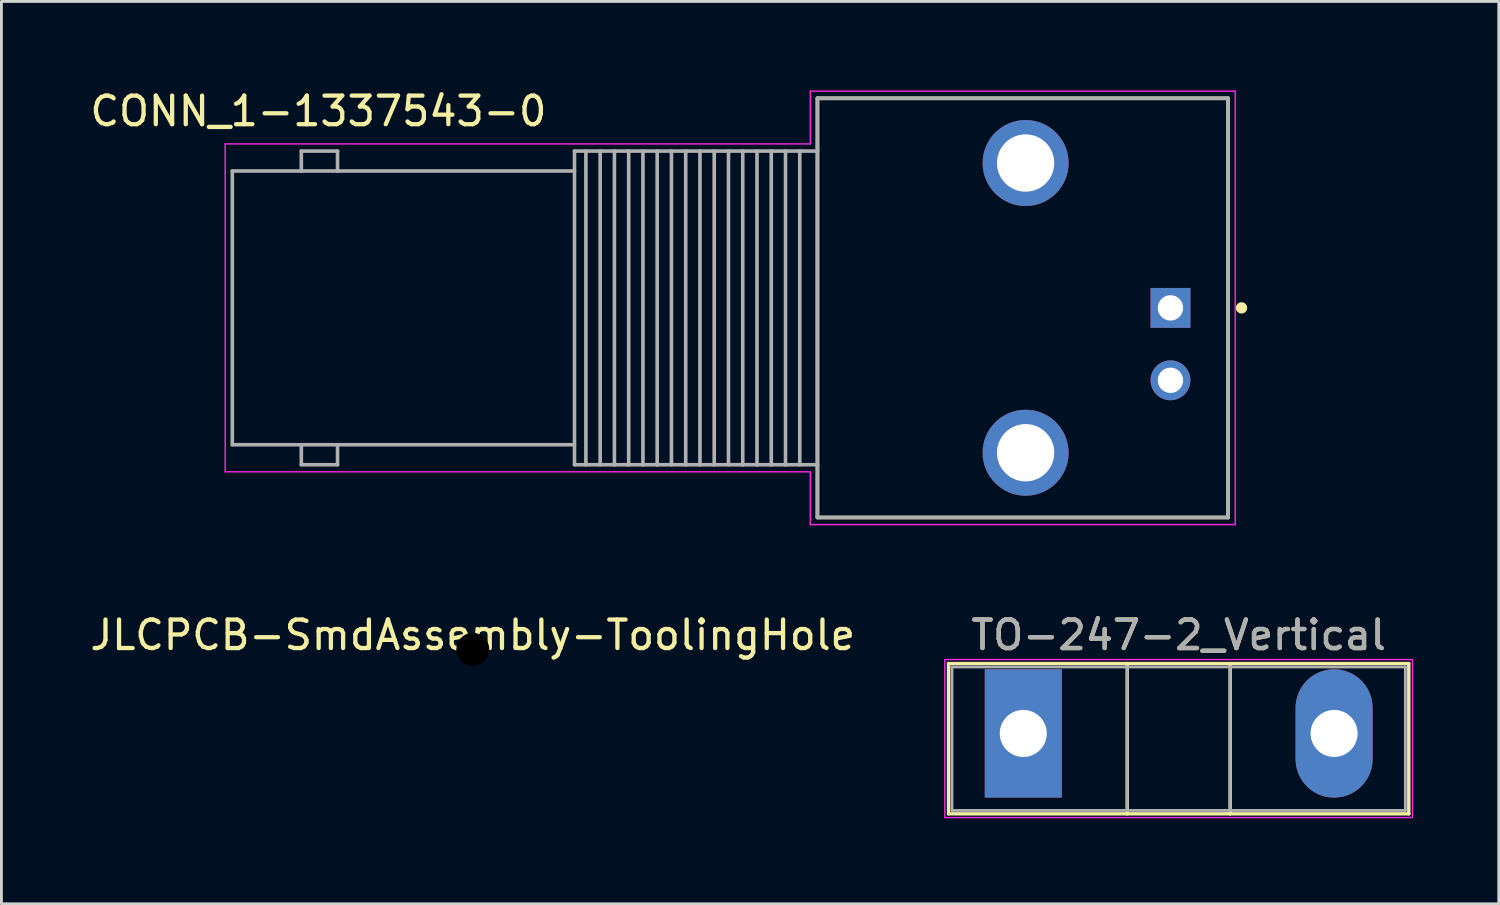
<source format=kicad_pcb>
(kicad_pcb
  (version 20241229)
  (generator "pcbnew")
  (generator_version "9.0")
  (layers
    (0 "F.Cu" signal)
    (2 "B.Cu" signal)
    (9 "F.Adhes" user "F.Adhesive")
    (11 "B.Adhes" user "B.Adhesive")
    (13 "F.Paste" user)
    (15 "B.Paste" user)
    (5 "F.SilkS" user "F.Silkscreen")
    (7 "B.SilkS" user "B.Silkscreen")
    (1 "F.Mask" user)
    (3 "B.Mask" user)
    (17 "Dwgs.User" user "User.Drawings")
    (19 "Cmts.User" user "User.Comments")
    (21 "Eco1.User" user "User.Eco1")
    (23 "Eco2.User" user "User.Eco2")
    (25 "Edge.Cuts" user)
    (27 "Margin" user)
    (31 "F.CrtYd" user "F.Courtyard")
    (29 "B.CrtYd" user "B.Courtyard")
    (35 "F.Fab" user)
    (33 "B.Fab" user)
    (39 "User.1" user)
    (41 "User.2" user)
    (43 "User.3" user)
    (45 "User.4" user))
  (footprint "TO-247-2_Vertical"
    (layer "F.Cu")
    (at 32.835 22.671)
    (property "Reference" "TO-247-2_Vertical" (at 5.45 -3.45 0) (layer "F.SilkS") (effects (font (size 1 1) (thickness 0.15))))
    (attr through_hole)
    (fp_line (start -2.62 -2.451) (end -2.62 2.82) (stroke (width 0.12) (type solid)) (layer "F.SilkS"))
    (fp_line (start -2.62 -2.451) (end 13.52 -2.451) (stroke (width 0.12) (type solid)) (layer "F.SilkS"))
    (fp_line (start -2.62 2.82) (end 13.52 2.82) (stroke (width 0.12) (type solid)) (layer "F.SilkS"))
    (fp_line (start 3.646 -2.451) (end 3.646 2.82) (stroke (width 0.12) (type solid)) (layer "F.SilkS"))
    (fp_line (start 7.255 -2.451) (end 7.255 2.82) (stroke (width 0.12) (type solid)) (layer "F.SilkS"))
    (fp_line (start 13.52 -2.451) (end 13.52 2.82) (stroke (width 0.12) (type solid)) (layer "F.SilkS"))
    (fp_line (start -2.75 -2.59) (end -2.75 2.95) (stroke (width 0.05) (type solid)) (layer "F.CrtYd"))
    (fp_line (start -2.75 2.95) (end 13.65 2.95) (stroke (width 0.05) (type solid)) (layer "F.CrtYd"))
    (fp_line (start 13.65 -2.59) (end -2.75 -2.59) (stroke (width 0.05) (type solid)) (layer "F.CrtYd"))
    (fp_line (start 13.65 2.95) (end 13.65 -2.59) (stroke (width 0.05) (type solid)) (layer "F.CrtYd"))
    (fp_line (start -2.5 -2.33) (end -2.5 2.7) (stroke (width 0.1) (type solid)) (layer "F.Fab"))
    (fp_line (start -2.5 2.7) (end 13.4 2.7) (stroke (width 0.1) (type solid)) (layer "F.Fab"))
    (fp_line (start 3.645 -2.33) (end 3.645 2.7) (stroke (width 0.1) (type solid)) (layer "F.Fab"))
    (fp_line (start 7.255 -2.33) (end 7.255 2.7) (stroke (width 0.1) (type solid)) (layer "F.Fab"))
    (fp_line (start 13.4 -2.33) (end -2.5 -2.33) (stroke (width 0.1) (type solid)) (layer "F.Fab"))
    (fp_line (start 13.4 2.7) (end 13.4 -2.33) (stroke (width 0.1) (type solid)) (layer "F.Fab"))
    (fp_text user "${REFERENCE}" (at 5.45 -3.45 0) (layer "F.Fab") (effects (font (size 1 1) (thickness 0.15))))
    (pad "1" thru_hole rect (at 0 0) (size 2.7 4.5) (drill 1.65) (layers "*.Cu" "*.Mask"))
    (pad "2" thru_hole oval (at 10.9 0) (size 2.7 4.5) (drill 1.65) (layers "*.Cu" "*.Mask")))
  (footprint "JLCPCB-SmdAssembly-ToolingHole"
    (layer "F.Cu")
    (at 13.53 19.721)
    (property "Reference" "JLCPCB-SmdAssembly-ToolingHole" (at 0 -0.5 0) (unlocked yes) (layer "F.SilkS") (effects (font (size 1 1) (thickness 0.15))))
    (pad "" np_thru_hole circle (at 0 0) (size 1.3 1.3) (drill 1.152) (layers "*.Mask")))
  (footprint "CONN_1-1337543-0"
    (layer "F.Cu")
    (at 37.997 7.747)
    (property "Reference" "CONN_1-1337543-0" (at -29.881 -6.898 0) (layer "F.SilkS") (effects (font (size 1.002 1.002) (thickness 0.15))))
    (attr through_hole)
    (fp_line (start -12.38 -7.35) (end 2.02 -7.35) (stroke (width 0.127) (type solid)) (layer "F.SilkS"))
    (fp_line (start -12.38 -5.5) (end -12.38 -7.35) (stroke (width 0.127) (type solid)) (layer "F.SilkS"))
    (fp_line (start -12.38 5.5) (end -12.38 -5.5) (stroke (width 0.127) (type solid)) (layer "F.SilkS"))
    (fp_line (start -12.38 7.35) (end -12.38 5.5) (stroke (width 0.127) (type solid)) (layer "F.SilkS"))
    (fp_line (start 2.02 -7.35) (end 2.02 7.35) (stroke (width 0.127) (type solid)) (layer "F.SilkS"))
    (fp_line (start 2.02 7.35) (end -12.38 7.35) (stroke (width 0.127) (type solid)) (layer "F.SilkS"))
    (fp_circle (center 2.492 0) (end 2.592 0) (stroke (width 0.2) (type solid)) (fill no) (layer "F.SilkS"))
    (fp_line (start -33.15 -5.75) (end -12.63 -5.75) (stroke (width 0.05) (type solid)) (layer "F.CrtYd"))
    (fp_line (start -33.15 5.75) (end -33.15 -5.75) (stroke (width 0.05) (type solid)) (layer "F.CrtYd"))
    (fp_line (start -12.63 -7.6) (end 2.27 -7.6) (stroke (width 0.05) (type solid)) (layer "F.CrtYd"))
    (fp_line (start -12.63 -5.75) (end -12.63 -7.6) (stroke (width 0.05) (type solid)) (layer "F.CrtYd"))
    (fp_line (start -12.63 5.75) (end -33.15 5.75) (stroke (width 0.05) (type solid)) (layer "F.CrtYd"))
    (fp_line (start -12.63 7.6) (end -12.63 5.75) (stroke (width 0.05) (type solid)) (layer "F.CrtYd"))
    (fp_line (start 2.27 -7.6) (end 2.27 7.6) (stroke (width 0.05) (type solid)) (layer "F.CrtYd"))
    (fp_line (start 2.27 7.6) (end -12.63 7.6) (stroke (width 0.05) (type solid)) (layer "F.CrtYd"))
    (fp_line (start -32.9 -4.8) (end -32.9 4.8) (stroke (width 0.127) (type solid)) (layer "F.Fab"))
    (fp_line (start -32.9 4.8) (end -30.48 4.8) (stroke (width 0.127) (type solid)) (layer "F.Fab"))
    (fp_line (start -30.48 -5.5) (end -30.48 -4.8) (stroke (width 0.127) (type solid)) (layer "F.Fab"))
    (fp_line (start -30.48 -5.5) (end -29.21 -5.5) (stroke (width 0.127) (type solid)) (layer "F.Fab"))
    (fp_line (start -30.48 -4.8) (end -32.9 -4.8) (stroke (width 0.127) (type solid)) (layer "F.Fab"))
    (fp_line (start -30.48 4.8) (end -30.48 5.5) (stroke (width 0.127) (type solid)) (layer "F.Fab"))
    (fp_line (start -30.48 4.8) (end -29.21 4.8) (stroke (width 0.127) (type solid)) (layer "F.Fab"))
    (fp_line (start -30.48 5.5) (end -29.21 5.5) (stroke (width 0.127) (type solid)) (layer "F.Fab"))
    (fp_line (start -29.21 -5.5) (end -29.21 -4.8) (stroke (width 0.127) (type solid)) (layer "F.Fab"))
    (fp_line (start -29.21 -4.8) (end -30.48 -4.8) (stroke (width 0.127) (type solid)) (layer "F.Fab"))
    (fp_line (start -29.21 4.8) (end -20.9 4.8) (stroke (width 0.127) (type solid)) (layer "F.Fab"))
    (fp_line (start -29.21 5.5) (end -29.21 4.8) (stroke (width 0.127) (type solid)) (layer "F.Fab"))
    (fp_line (start -20.9 -5.5) (end -20.9 5.5) (stroke (width 0.127) (type solid)) (layer "F.Fab"))
    (fp_line (start -20.9 -4.8) (end -29.21 -4.8) (stroke (width 0.127) (type solid)) (layer "F.Fab"))
    (fp_line (start -20.9 5.5) (end -20.5 5.5) (stroke (width 0.127) (type solid)) (layer "F.Fab"))
    (fp_line (start -20.5 -5.5) (end -20.9 -5.5) (stroke (width 0.127) (type solid)) (layer "F.Fab"))
    (fp_line (start -20.5 -5.5) (end -20.5 5.5) (stroke (width 0.127) (type solid)) (layer "F.Fab"))
    (fp_line (start -20.5 5.5) (end -20 5.5) (stroke (width 0.127) (type solid)) (layer "F.Fab"))
    (fp_line (start -20 -5.5) (end -20.5 -5.5) (stroke (width 0.127) (type solid)) (layer "F.Fab"))
    (fp_line (start -20 -5.5) (end -20 5.5) (stroke (width 0.127) (type solid)) (layer "F.Fab"))
    (fp_line (start -20 5.5) (end -19.5 5.5) (stroke (width 0.127) (type solid)) (layer "F.Fab"))
    (fp_line (start -19.5 -5.5) (end -20 -5.5) (stroke (width 0.127) (type solid)) (layer "F.Fab"))
    (fp_line (start -19.5 -5.5) (end -19.5 5.5) (stroke (width 0.127) (type solid)) (layer "F.Fab"))
    (fp_line (start -19.5 5.5) (end -19 5.5) (stroke (width 0.127) (type solid)) (layer "F.Fab"))
    (fp_line (start -19 -5.5) (end -19.5 -5.5) (stroke (width 0.127) (type solid)) (layer "F.Fab"))
    (fp_line (start -19 -5.5) (end -19 5.5) (stroke (width 0.127) (type solid)) (layer "F.Fab"))
    (fp_line (start -19 5.5) (end -18.5 5.5) (stroke (width 0.127) (type solid)) (layer "F.Fab"))
    (fp_line (start -18.5 -5.5) (end -19 -5.5) (stroke (width 0.127) (type solid)) (layer "F.Fab"))
    (fp_line (start -18.5 -5.5) (end -18.5 5.5) (stroke (width 0.127) (type solid)) (layer "F.Fab"))
    (fp_line (start -18.5 5.5) (end -18 5.5) (stroke (width 0.127) (type solid)) (layer "F.Fab"))
    (fp_line (start -18 -5.5) (end -18.5 -5.5) (stroke (width 0.127) (type solid)) (layer "F.Fab"))
    (fp_line (start -18 -5.5) (end -18 5.5) (stroke (width 0.127) (type solid)) (layer "F.Fab"))
    (fp_line (start -18 5.5) (end -17.5 5.5) (stroke (width 0.127) (type solid)) (layer "F.Fab"))
    (fp_line (start -17.5 -5.5) (end -18 -5.5) (stroke (width 0.127) (type solid)) (layer "F.Fab"))
    (fp_line (start -17.5 -5.5) (end -17.5 5.5) (stroke (width 0.127) (type solid)) (layer "F.Fab"))
    (fp_line (start -17.5 5.5) (end -17 5.5) (stroke (width 0.127) (type solid)) (layer "F.Fab"))
    (fp_line (start -17 -5.5) (end -17.5 -5.5) (stroke (width 0.127) (type solid)) (layer "F.Fab"))
    (fp_line (start -17 -5.5) (end -17 5.5) (stroke (width 0.127) (type solid)) (layer "F.Fab"))
    (fp_line (start -17 5.5) (end -16.5 5.5) (stroke (width 0.127) (type solid)) (layer "F.Fab"))
    (fp_line (start -16.5 -5.5) (end -17 -5.5) (stroke (width 0.127) (type solid)) (layer "F.Fab"))
    (fp_line (start -16.5 -5.5) (end -16.5 5.5) (stroke (width 0.127) (type solid)) (layer "F.Fab"))
    (fp_line (start -16.5 5.5) (end -16 5.5) (stroke (width 0.127) (type solid)) (layer "F.Fab"))
    (fp_line (start -16 -5.5) (end -16.5 -5.5) (stroke (width 0.127) (type solid)) (layer "F.Fab"))
    (fp_line (start -16 -5.5) (end -16 5.5) (stroke (width 0.127) (type solid)) (layer "F.Fab"))
    (fp_line (start -16 5.5) (end -15.5 5.5) (stroke (width 0.127) (type solid)) (layer "F.Fab"))
    (fp_line (start -15.5 -5.5) (end -16 -5.5) (stroke (width 0.127) (type solid)) (layer "F.Fab"))
    (fp_line (start -15.5 -5.5) (end -15.5 5.5) (stroke (width 0.127) (type solid)) (layer "F.Fab"))
    (fp_line (start -15.5 5.5) (end -15 5.5) (stroke (width 0.127) (type solid)) (layer "F.Fab"))
    (fp_line (start -15 -5.5) (end -15.5 -5.5) (stroke (width 0.127) (type solid)) (layer "F.Fab"))
    (fp_line (start -15 -5.5) (end -15 5.5) (stroke (width 0.127) (type solid)) (layer "F.Fab"))
    (fp_line (start -15 5.5) (end -14.5 5.5) (stroke (width 0.127) (type solid)) (layer "F.Fab"))
    (fp_line (start -14.5 -5.5) (end -15 -5.5) (stroke (width 0.127) (type solid)) (layer "F.Fab"))
    (fp_line (start -14.5 -5.5) (end -14.5 5.5) (stroke (width 0.127) (type solid)) (layer "F.Fab"))
    (fp_line (start -14.5 5.5) (end -14 5.5) (stroke (width 0.127) (type solid)) (layer "F.Fab"))
    (fp_line (start -14 -5.5) (end -14.5 -5.5) (stroke (width 0.127) (type solid)) (layer "F.Fab"))
    (fp_line (start -14 -5.5) (end -14 5.5) (stroke (width 0.127) (type solid)) (layer "F.Fab"))
    (fp_line (start -14 5.5) (end -13.5 5.5) (stroke (width 0.127) (type solid)) (layer "F.Fab"))
    (fp_line (start -13.5 -5.5) (end -14 -5.5) (stroke (width 0.127) (type solid)) (layer "F.Fab"))
    (fp_line (start -13.5 -5.5) (end -13.5 5.5) (stroke (width 0.127) (type solid)) (layer "F.Fab"))
    (fp_line (start -13.5 5.5) (end -13 5.5) (stroke (width 0.127) (type solid)) (layer "F.Fab"))
    (fp_line (start -13 -5.5) (end -13.5 -5.5) (stroke (width 0.127) (type solid)) (layer "F.Fab"))
    (fp_line (start -13 -5.5) (end -13 5.5) (stroke (width 0.127) (type solid)) (layer "F.Fab"))
    (fp_line (start -13 5.5) (end -12.38 5.5) (stroke (width 0.127) (type solid)) (layer "F.Fab"))
    (fp_line (start -12.38 -7.35) (end 2.02 -7.35) (stroke (width 0.127) (type solid)) (layer "F.Fab"))
    (fp_line (start -12.38 -5.5) (end -13 -5.5) (stroke (width 0.127) (type solid)) (layer "F.Fab"))
    (fp_line (start -12.38 -5.5) (end -12.38 -7.35) (stroke (width 0.127) (type solid)) (layer "F.Fab"))
    (fp_line (start -12.38 5.5) (end -12.38 -5.5) (stroke (width 0.127) (type solid)) (layer "F.Fab"))
    (fp_line (start -12.38 7.35) (end -12.38 5.5) (stroke (width 0.127) (type solid)) (layer "F.Fab"))
    (fp_line (start 2.02 -7.35) (end 2.02 7.35) (stroke (width 0.127) (type solid)) (layer "F.Fab"))
    (fp_line (start 2.02 7.35) (end -12.38 7.35) (stroke (width 0.127) (type solid)) (layer "F.Fab"))
    (pad "" np_thru_hole circle (at -5.08 -5.08) (size 3.015 3.015) (drill 2.01) (layers "*.Cu" "*.Mask"))
    (pad "" np_thru_hole circle (at -5.08 5.08) (size 3.015 3.015) (drill 2.01) (layers "*.Cu" "*.Mask"))
    (pad "1" thru_hole rect (at 0 0) (size 1.398 1.398) (drill 0.89) (layers "*.Cu" "*.Mask"))
    (pad "2" thru_hole circle (at 0 2.54) (size 1.398 1.398) (drill 0.89) (layers "*.Cu" "*.Mask")))
  (gr_rect
    (start -3 -3)
    (end 49.51 28.646)
    (stroke (width 0.1) (type default))
    (fill no)
    (layer "Edge.Cuts")))
</source>
